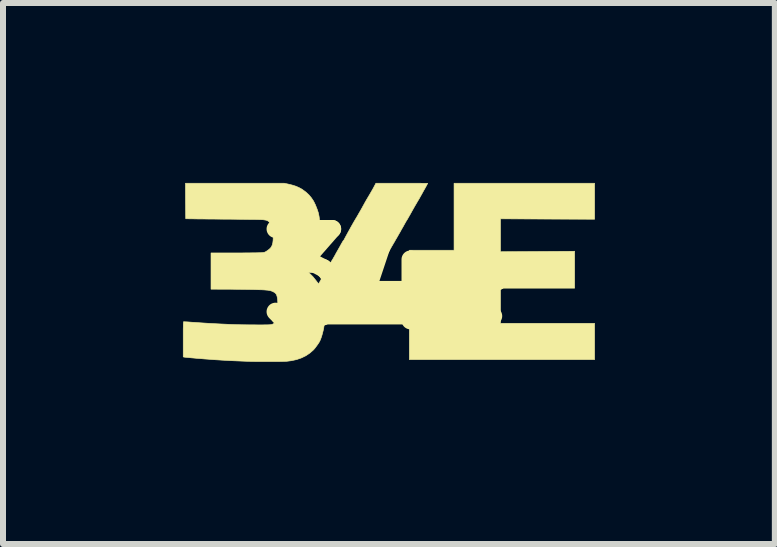
<source format=kicad_pcb>
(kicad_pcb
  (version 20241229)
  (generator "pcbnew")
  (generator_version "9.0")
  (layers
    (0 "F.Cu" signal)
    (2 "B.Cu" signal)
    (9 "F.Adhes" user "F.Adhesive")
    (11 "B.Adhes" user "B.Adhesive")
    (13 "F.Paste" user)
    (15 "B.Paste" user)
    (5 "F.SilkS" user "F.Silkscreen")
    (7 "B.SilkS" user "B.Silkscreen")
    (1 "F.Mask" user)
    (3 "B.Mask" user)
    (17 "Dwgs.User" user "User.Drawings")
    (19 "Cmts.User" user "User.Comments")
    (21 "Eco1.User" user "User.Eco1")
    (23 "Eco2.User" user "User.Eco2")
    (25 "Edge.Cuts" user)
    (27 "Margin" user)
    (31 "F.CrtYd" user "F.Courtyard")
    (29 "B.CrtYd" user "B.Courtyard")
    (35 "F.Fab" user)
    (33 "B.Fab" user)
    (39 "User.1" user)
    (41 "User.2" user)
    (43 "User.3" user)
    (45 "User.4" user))
  (footprint "34e"
    (layer "F.Cu")
    (at 3.431 1.602)
    (property "Reference" "34e" (at 0 0 0) (layer "F.SilkS") (effects (font (size 1.524 1.524) (thickness 0.3))))
    (attr through_hole)
    (fp_poly (pts (xy -2.567 -1.597) (xy -1.744 -1.597) (xy -1.676 -1.583) (xy -1.607 -1.566) (xy -1.547 -1.547) (xy -1.493 -1.523) (xy -1.443 -1.495) (xy -1.395 -1.46) (xy -1.376 -1.445) (xy -1.329 -1.401) (xy -1.289 -1.353) (xy -1.253 -1.299) (xy -1.222 -1.236) (xy -1.194 -1.165) (xy -1.189 -1.15) (xy -1.176 -1.111) (xy -1.167 -1.073) (xy -1.16 -1.035) (xy -1.155 -0.994) (xy -1.151 -0.947) (xy -1.15 -0.894) (xy -1.15 -0.847) (xy -1.15 -0.785) (xy -1.152 -0.733) (xy -1.156 -0.691) (xy -1.161 -0.656) (xy -1.169 -0.628) (xy -1.177 -0.608) (xy -1.184 -0.594) (xy -1.193 -0.573) (xy -1.202 -0.55) (xy -1.203 -0.548) (xy -1.215 -0.521) (xy -1.228 -0.492) (xy -1.241 -0.469) (xy -1.262 -0.436) (xy -1.292 -0.4) (xy -1.328 -0.364) (xy -1.368 -0.327) (xy -1.41 -0.293) (xy -1.452 -0.263) (xy -1.492 -0.239) (xy -1.506 -0.232) (xy -1.541 -0.216) (xy -1.506 -0.203) (xy -1.436 -0.173) (xy -1.374 -0.137) (xy -1.317 -0.092) (xy -1.264 -0.039) (xy -1.215 0.022) (xy -1.197 0.046) (xy -1.185 0.061) (xy -1.177 0.071) (xy -1.171 0.074) (xy -1.167 0.073) (xy -1.163 0.069) (xy -1.163 0.068) (xy -1.158 0.06) (xy -1.148 0.044) (xy -1.135 0.02) (xy -1.118 -0.009) (xy -1.099 -0.044) (xy -1.078 -0.082) (xy -1.067 -0.1) (xy -1.044 -0.141) (xy -1.023 -0.18) (xy -1.002 -0.216) (xy -0.984 -0.247) (xy -0.969 -0.272) (xy -0.959 -0.29) (xy -0.956 -0.294) (xy -0.946 -0.311) (xy -0.931 -0.335) (xy -0.914 -0.365) (xy -0.895 -0.398) (xy -0.878 -0.43) (xy -0.858 -0.465) (xy -0.837 -0.502) (xy -0.817 -0.537) (xy -0.8 -0.568) (xy -0.789 -0.588) (xy -0.775 -0.612) (xy -0.764 -0.631) (xy -0.755 -0.644) (xy -0.75 -0.649) (xy -0.75 -0.649) (xy -0.745 -0.653) (xy -0.745 -0.654) (xy -0.742 -0.661) (xy -0.735 -0.675) (xy -0.723 -0.697) (xy -0.708 -0.725) (xy -0.691 -0.756) (xy -0.672 -0.791) (xy -0.651 -0.828) (xy -0.631 -0.865) (xy -0.611 -0.9) (xy -0.592 -0.934) (xy -0.575 -0.963) (xy -0.561 -0.987) (xy -0.554 -0.999) (xy -0.538 -1.025) (xy -0.518 -1.059) (xy -0.496 -1.098) (xy -0.472 -1.139) (xy -0.448 -1.182) (xy -0.426 -1.222) (xy -0.406 -1.258) (xy -0.398 -1.273) (xy -0.387 -1.292) (xy -0.373 -1.317) (xy -0.355 -1.347) (xy -0.337 -1.378) (xy -0.327 -1.394) (xy -0.308 -1.427) (xy -0.287 -1.463) (xy -0.267 -1.498) (xy -0.251 -1.527) (xy -0.246 -1.537) (xy -0.214 -1.597) (xy 0.218 -1.597) (xy 0.286 -1.597) (xy 0.352 -1.597) (xy 0.413 -1.597) (xy 0.469 -1.597) (xy 0.519 -1.597) (xy 0.562 -1.596) (xy 0.597 -1.596) (xy 0.624 -1.596) (xy 0.642 -1.595) (xy 0.649 -1.595) (xy 0.649 -1.595) (xy 0.646 -1.589) (xy 0.639 -1.576) (xy 0.628 -1.555) (xy 0.613 -1.528) (xy 0.596 -1.497) (xy 0.583 -1.475) (xy 0.565 -1.442) (xy 0.548 -1.411) (xy 0.533 -1.385) (xy 0.522 -1.365) (xy 0.515 -1.353) (xy 0.513 -1.349) (xy 0.509 -1.341) (xy 0.5 -1.326) (xy 0.487 -1.305) (xy 0.473 -1.281) (xy 0.47 -1.276) (xy 0.455 -1.25) (xy 0.436 -1.218) (xy 0.415 -1.181) (xy 0.393 -1.142) (xy 0.372 -1.104) (xy 0.37 -1.101) (xy 0.352 -1.068) (xy 0.335 -1.039) (xy 0.321 -1.014) (xy 0.31 -0.995) (xy 0.303 -0.984) (xy 0.302 -0.982) (xy 0.296 -0.974) (xy 0.287 -0.958) (xy 0.275 -0.937) (xy 0.262 -0.914) (xy 0.249 -0.89) (xy 0.232 -0.86) (xy 0.212 -0.826) (xy 0.192 -0.789) (xy 0.17 -0.751) (xy 0.149 -0.714) (xy 0.129 -0.679) (xy 0.111 -0.649) (xy 0.097 -0.623) (xy 0.086 -0.605) (xy 0.081 -0.598) (xy 0.075 -0.586) (xy 0.064 -0.567) (xy 0.049 -0.542) (xy 0.032 -0.512) (xy 0.014 -0.48) (xy 0.011 -0.473) (xy -0.009 -0.439) (xy -0.032 -0.397) (xy -0.058 -0.352) (xy -0.085 -0.305) (xy -0.111 -0.259) (xy -0.128 -0.23) (xy -0.152 -0.188) (xy -0.177 -0.144) (xy -0.202 -0.101) (xy -0.224 -0.061) (xy -0.244 -0.026) (xy -0.256 -0.004) (xy -0.273 0.027) (xy -0.289 0.056) (xy -0.304 0.082) (xy -0.316 0.102) (xy -0.321 0.11) (xy -0.338 0.138) (xy -0.309 0.142) (xy -0.298 0.143) (xy -0.276 0.143) (xy -0.246 0.144) (xy -0.208 0.145) (xy -0.163 0.145) (xy -0.113 0.146) (xy -0.058 0.146) (xy -0.000135 0.146) (xy 0.032 0.146) (xy 0.344 0.147) (xy 0.344 -0.48) (xy 1.089 -0.48) (xy 1.089 -1.597) (xy 3.432 -1.597) (xy 3.432 -1.297) (xy 3.432 -0.997) (xy 2.647 -1) (xy 1.863 -1.004) (xy 1.863 -0.455) (xy 2.481 -0.459) (xy 3.099 -0.463) (xy 3.099 0.152) (xy 1.863 0.152) (xy 1.863 0.739) (xy 3.432 0.739) (xy 3.432 1.343) (xy 0.344 1.343) (xy 0.344 0.751) (xy -1.078 0.751) (xy -1.078 0.767) (xy -1.08 0.791) (xy -1.085 0.823) (xy -1.093 0.859) (xy -1.103 0.899) (xy -1.114 0.939) (xy -1.126 0.976) (xy -1.138 1.009) (xy -1.149 1.033) (xy -1.162 1.057) (xy -1.181 1.086) (xy -1.203 1.116) (xy -1.225 1.146) (xy -1.245 1.17) (xy -1.256 1.182) (xy -1.315 1.234) (xy -1.382 1.279) (xy -1.456 1.315) (xy -1.537 1.343) (xy -1.626 1.362) (xy -1.698 1.371) (xy -1.714 1.372) (xy -1.741 1.373) (xy -1.775 1.374) (xy -1.817 1.375) (xy -1.864 1.375) (xy -1.916 1.376) (xy -1.97 1.376) (xy -2.026 1.376) (xy -2.081 1.376) (xy -2.135 1.376) (xy -2.186 1.376) (xy -2.233 1.375) (xy -2.273 1.374) (xy -2.307 1.374) (xy -2.311 1.373) (xy -2.381 1.371) (xy -2.454 1.368) (xy -2.529 1.365) (xy -2.601 1.362) (xy -2.67 1.359) (xy -2.733 1.355) (xy -2.788 1.352) (xy -2.8 1.351) (xy -2.849 1.348) (xy -2.903 1.345) (xy -2.96 1.341) (xy -3.018 1.336) (xy -3.077 1.332) (xy -3.134 1.327) (xy -3.19 1.323) (xy -3.242 1.318) (xy -3.289 1.314) (xy -3.331 1.31) (xy -3.366 1.307) (xy -3.392 1.304) (xy -3.409 1.302) (xy -3.413 1.301) (xy -3.426 1.298) (xy -3.426 1.005) (xy -3.426 0.937) (xy -3.426 0.88) (xy -3.426 0.832) (xy -3.425 0.794) (xy -3.425 0.764) (xy -3.424 0.742) (xy -3.423 0.726) (xy -3.421 0.716) (xy -3.42 0.712) (xy -3.419 0.711) (xy -3.412 0.712) (xy -3.395 0.713) (xy -3.369 0.714) (xy -3.337 0.716) (xy -3.3 0.719) (xy -3.258 0.722) (xy -3.248 0.722) (xy -3.125 0.731) (xy -3.012 0.738) (xy -2.907 0.744) (xy -2.81 0.749) (xy -2.718 0.753) (xy -2.631 0.757) (xy -2.547 0.76) (xy -2.465 0.762) (xy -2.384 0.763) (xy -2.302 0.764) (xy -2.232 0.764) (xy -2.169 0.765) (xy -2.116 0.765) (xy -2.072 0.764) (xy -2.036 0.764) (xy -2.007 0.763) (xy -1.985 0.762) (xy -1.967 0.76) (xy -1.952 0.757) (xy -1.941 0.754) (xy -1.931 0.75) (xy -1.922 0.745) (xy -1.912 0.738) (xy -1.907 0.735) (xy -1.892 0.724) (xy -1.88 0.71) (xy -1.87 0.692) (xy -1.862 0.669) (xy -1.857 0.641) (xy -1.853 0.605) (xy -1.851 0.561) (xy -1.85 0.508) (xy -1.849 0.474) (xy -1.85 0.416) (xy -1.851 0.368) (xy -1.855 0.329) (xy -1.86 0.297) (xy -1.867 0.272) (xy -1.877 0.252) (xy -1.889 0.237) (xy -1.905 0.224) (xy -1.925 0.213) (xy -1.926 0.212) (xy -1.942 0.205) (xy -1.957 0.199) (xy -1.975 0.194) (xy -1.994 0.19) (xy -2.018 0.186) (xy -2.046 0.184) (xy -2.08 0.181) (xy -2.122 0.179) (xy -2.172 0.178) (xy -2.231 0.176) (xy -2.278 0.175) (xy -2.341 0.174) (xy -2.411 0.173) (xy -2.485 0.172) (xy -2.56 0.171) (xy -2.632 0.17) (xy -2.698 0.17) (xy -2.739 0.17) (xy -2.963 0.169) (xy -2.963 -0.435) (xy -2.575 -0.435) (xy -2.508 -0.435) (xy -2.443 -0.435) (xy -2.381 -0.436) (xy -2.323 -0.436) (xy -2.27 -0.437) (xy -2.224 -0.437) (xy -2.185 -0.438) (xy -2.154 -0.439) (xy -2.134 -0.439) (xy -2.127 -0.44) (xy -2.101 -0.442) (xy -2.082 -0.445) (xy -2.067 -0.448) (xy -2.053 -0.455) (xy -2.037 -0.465) (xy -2.026 -0.472) (xy -1.996 -0.494) (xy -1.972 -0.516) (xy -1.954 -0.541) (xy -1.942 -0.569) (xy -1.933 -0.603) (xy -1.928 -0.644) (xy -1.926 -0.691) (xy -1.926 -0.751) (xy -1.929 -0.802) (xy -1.936 -0.845) (xy -1.947 -0.881) (xy -1.962 -0.913) (xy -1.982 -0.94) (xy -1.985 -0.943) (xy -2.003 -0.96) (xy -2.021 -0.972) (xy -2.044 -0.981) (xy -2.075 -0.986) (xy -2.088 -0.988) (xy -2.099 -0.989) (xy -2.121 -0.99) (xy -2.153 -0.991) (xy -2.193 -0.992) (xy -2.242 -0.993) (xy -2.298 -0.993) (xy -2.36 -0.994) (xy -2.429 -0.995) (xy -2.502 -0.996) (xy -2.58 -0.997) (xy -2.661 -0.998) (xy -2.745 -0.998) (xy -2.756 -0.998) (xy -2.839 -0.999) (xy -2.919 -1) (xy -2.995 -1) (xy -3.066 -1.001) (xy -3.132 -1.002) (xy -3.192 -1.002) (xy -3.245 -1.003) (xy -3.291 -1.004) (xy -3.328 -1.004) (xy -3.356 -1.005) (xy -3.375 -1.005) (xy -3.383 -1.005) (xy -3.384 -1.006) (xy -3.384 -1.011) (xy -3.385 -1.028) (xy -3.385 -1.053) (xy -3.386 -1.087) (xy -3.386 -1.127) (xy -3.387 -1.174) (xy -3.387 -1.225) (xy -3.388 -1.281) (xy -3.388 -1.303) (xy -3.389 -1.597) (xy -2.567 -1.597)) (stroke (width 0.01) (type solid)) (fill yes) (layer "F.SilkS")))
  (gr_rect
    (start -3 -3)
    (end 9.868 6.02)
    (stroke (width 0.1) (type default))
    (fill no)
    (layer "Edge.Cuts")))
</source>
